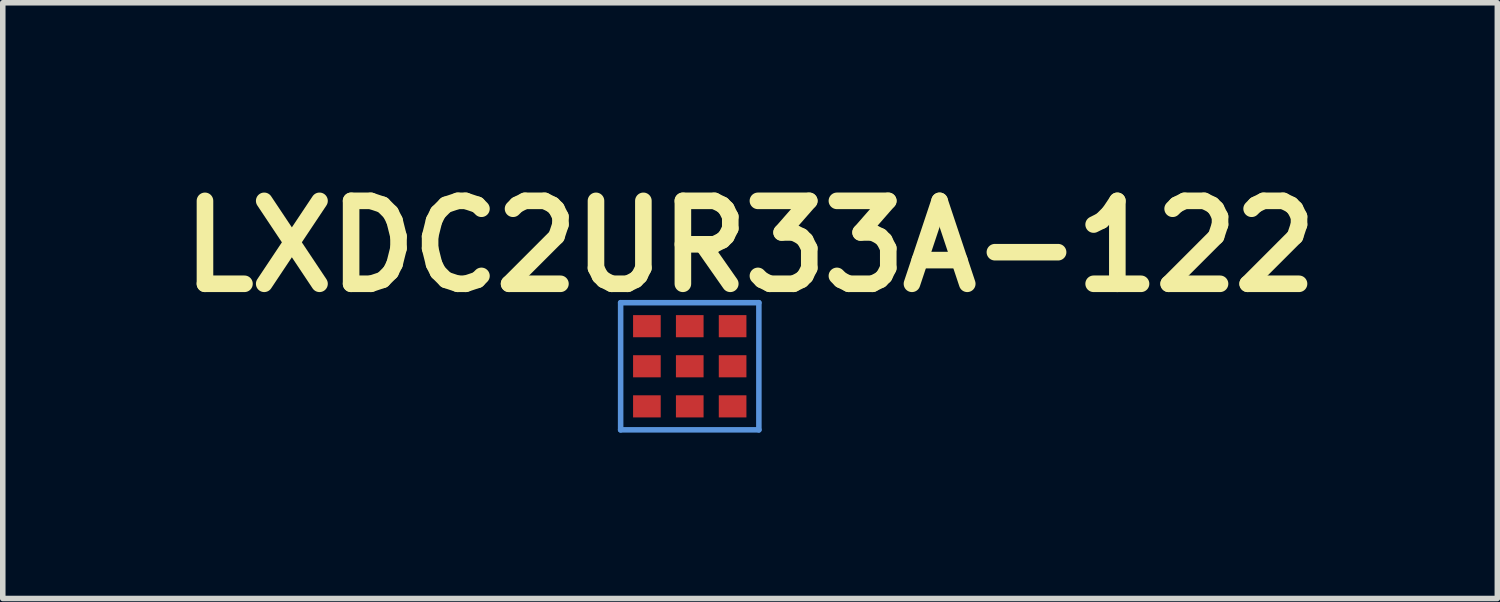
<source format=kicad_pcb>
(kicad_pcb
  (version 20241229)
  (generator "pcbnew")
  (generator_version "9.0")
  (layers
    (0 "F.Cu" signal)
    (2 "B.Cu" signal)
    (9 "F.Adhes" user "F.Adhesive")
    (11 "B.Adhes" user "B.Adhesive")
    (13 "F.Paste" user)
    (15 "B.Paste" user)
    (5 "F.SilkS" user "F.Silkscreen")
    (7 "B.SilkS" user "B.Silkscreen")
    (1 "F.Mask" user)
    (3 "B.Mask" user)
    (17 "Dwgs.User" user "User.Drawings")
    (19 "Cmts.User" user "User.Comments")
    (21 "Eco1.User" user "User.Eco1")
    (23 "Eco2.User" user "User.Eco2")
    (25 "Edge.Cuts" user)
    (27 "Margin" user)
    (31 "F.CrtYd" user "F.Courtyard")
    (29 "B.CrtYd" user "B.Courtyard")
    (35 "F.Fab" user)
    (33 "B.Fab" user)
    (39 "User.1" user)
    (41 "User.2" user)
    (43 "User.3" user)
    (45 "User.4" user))
  (footprint "LXDC2UR33A-122"
    (layer "F.Cu")
    (at 9.424 3.574)
    (property "Reference" "LXDC2UR33A-122" (at 1.09 -2.17 0) (layer "F.SilkS") (effects (font (size 1.5 1.5) (thickness 0.3))))
    (attr through_hole)
    (fp_line (start -1.25 -1.15) (end -1.25 1.15) (stroke (width 0.1) (type solid)) (layer "Cmts.User"))
    (fp_line (start -1.25 1.15) (end 1.25 1.15) (stroke (width 0.1) (type solid)) (layer "Cmts.User"))
    (fp_line (start 1.25 -1.15) (end -1.25 -1.15) (stroke (width 0.1) (type solid)) (layer "Cmts.User"))
    (fp_line (start 1.25 1.15) (end 1.25 -1.15) (stroke (width 0.1) (type solid)) (layer "Cmts.User"))
    (pad "1" smd rect (at 0.775 -0.725) (size 0.5 0.4) (layers "F.Cu" "F.Mask" "F.Paste"))
    (pad "2" smd rect (at 0 -0.725) (size 0.5 0.4) (layers "F.Cu" "F.Mask" "F.Paste"))
    (pad "3" smd rect (at -0.775 -0.725) (size 0.5 0.4) (layers "F.Cu" "F.Mask" "F.Paste"))
    (pad "4" smd rect (at -0.775 0) (size 0.5 0.4) (layers "F.Cu" "F.Mask" "F.Paste"))
    (pad "5" smd rect (at -0.775 0.725) (size 0.5 0.4) (layers "F.Cu" "F.Mask" "F.Paste"))
    (pad "6" smd rect (at 0 0.725) (size 0.5 0.4) (layers "F.Cu" "F.Mask" "F.Paste"))
    (pad "7" smd rect (at 0.775 0.725) (size 0.5 0.4) (layers "F.Cu" "F.Mask" "F.Paste"))
    (pad "8" smd rect (at 0.775 0) (size 0.5 0.4) (layers "F.Cu" "F.Mask" "F.Paste"))
    (pad "9" smd rect (at 0 0) (size 0.5 0.4) (layers "F.Cu" "F.Mask" "F.Paste")))
  (gr_rect
    (start -3 -3)
    (end 24.029 7.774)
    (stroke (width 0.1) (type default))
    (fill no)
    (layer "Edge.Cuts")))
</source>
